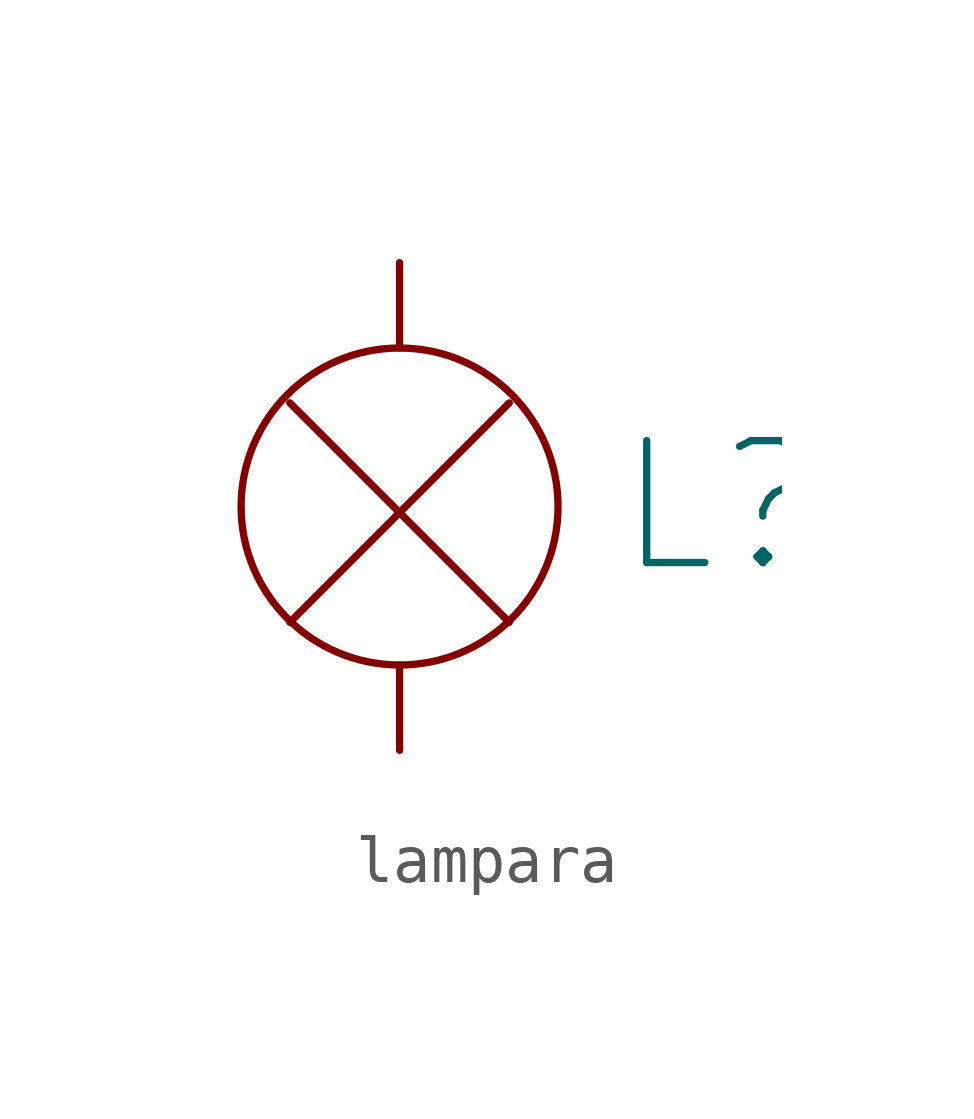
<source format=kicad_sym>
(kicad_symbol_lib
  (version 20211014)
  (generator kicad_symbol_editor)
  (symbol "lampara"
    (pin_names
      (offset 1.016))
    (property "Reference" "L"
      (at 4.445 -5.08 0)
      (effects (font (size 2.54 2.54)) (justify left)))
    (symbol "lampara_0_1"
      (circle (center 0 -5.08) (radius 3.302) (stroke (width 0) (type default) (color 0 0 0 0)) (fill (type none)))
      (polyline (pts (xy -2.286 -7.493) (xy 2.286 -2.921)) (stroke (width 0) (type default) (color 0 0 0 0)) (fill (type none)))
      (polyline (pts (xy -2.286 -2.921) (xy 2.286 -7.493)) (stroke (width 0) (type default) (color 0 0 0 0)) (fill (type none))))
    (symbol "lampara_1_1"
      (pin input line (at 0 -10.16 90) (length 1.778) (name "~" (effects (font (size 1.27 1.27)))) (number "~" (effects (font (size 1.143 1.143)))))
      (pin input line (at 0 0 270) (length 1.778) (name "~" (effects (font (size 1.27 1.27)))) (number "~" (effects (font (size 1.143 1.143))))))))
</source>
